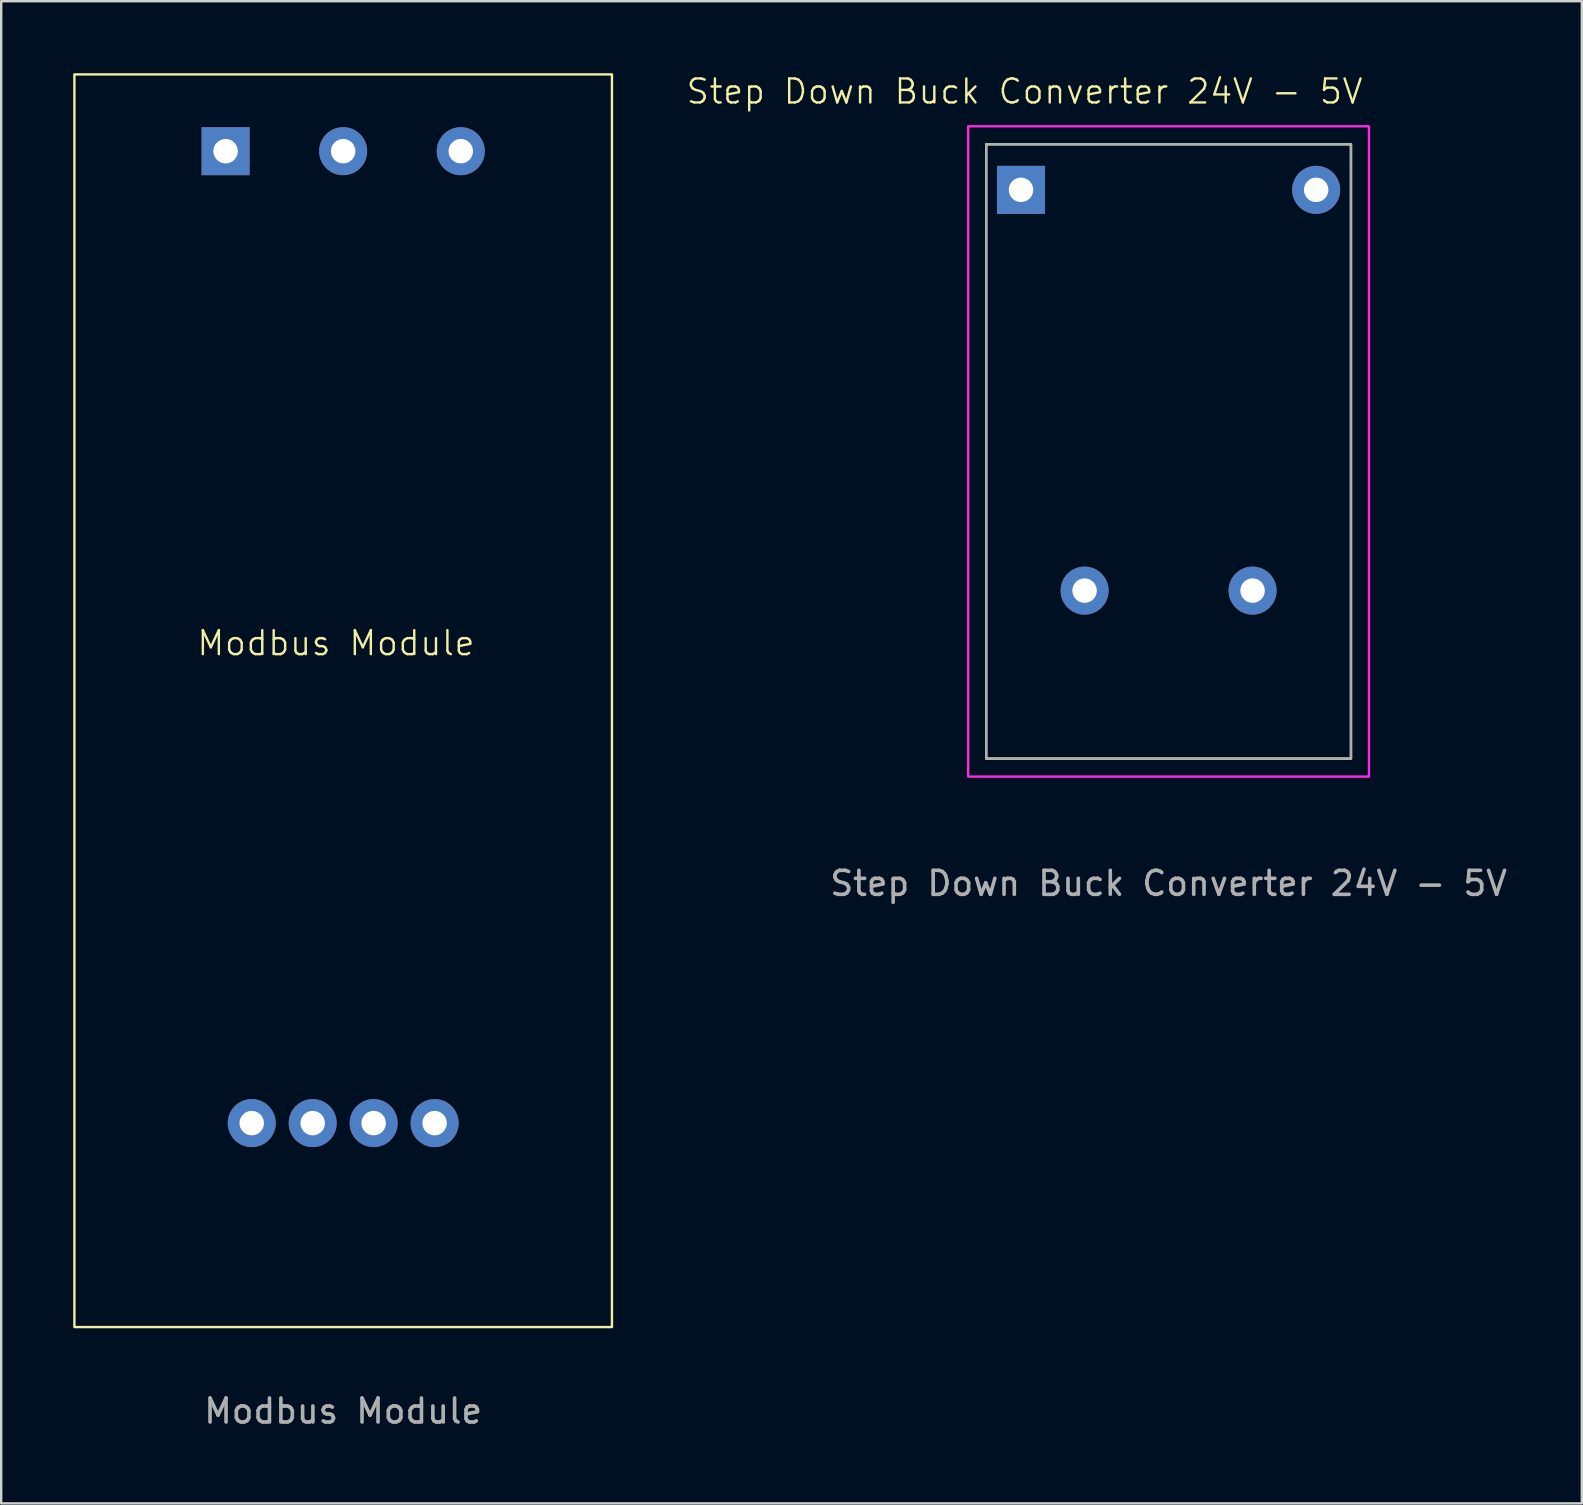
<source format=kicad_pcb>
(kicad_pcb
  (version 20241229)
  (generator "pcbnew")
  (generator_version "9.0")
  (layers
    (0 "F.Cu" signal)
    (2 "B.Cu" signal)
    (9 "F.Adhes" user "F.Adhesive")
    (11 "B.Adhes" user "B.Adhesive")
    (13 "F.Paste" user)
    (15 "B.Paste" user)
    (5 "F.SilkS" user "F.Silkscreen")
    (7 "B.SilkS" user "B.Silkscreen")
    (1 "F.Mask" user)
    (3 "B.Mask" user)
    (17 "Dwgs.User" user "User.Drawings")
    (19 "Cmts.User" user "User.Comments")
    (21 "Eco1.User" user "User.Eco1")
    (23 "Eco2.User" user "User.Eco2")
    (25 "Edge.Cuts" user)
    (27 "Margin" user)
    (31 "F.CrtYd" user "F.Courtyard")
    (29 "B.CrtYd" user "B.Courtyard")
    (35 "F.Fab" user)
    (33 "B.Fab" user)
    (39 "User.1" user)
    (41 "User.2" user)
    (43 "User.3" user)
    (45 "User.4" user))
  (footprint "Step Down Buck Converter 24V - 5V"
    (layer "F.Cu")
    (at 45.645 15.761)
    (property "Reference" "Step Down Buck Converter 24V - 5V" (at -6 -15 0) (unlocked yes) (layer "F.SilkS") (effects (font (size 1 1) (thickness 0.1))))
    (attr through_hole)
    (fp_rect (start -7.6 -12.8) (end 7.6 12.8) (stroke (width 0.1) (type default)) (fill no) (layer "F.SilkS"))
    (fp_rect (start -8.35 -13.55) (end 8.35 13.55) (stroke (width 0.1) (type default)) (fill no) (layer "F.CrtYd"))
    (fp_rect (start -7.6 -12.8) (end 7.6 12.8) (stroke (width 0.1) (type default)) (fill no) (layer "F.Fab"))
    (fp_text user "${REFERENCE}" (at 0 18 0) (unlocked yes) (layer "F.Fab") (effects (font (size 1 1) (thickness 0.15))))
    (pad "1" thru_hole rect (at -6.15 -10.9) (size 2 2) (drill 1.02) (layers "*.Cu" "*.Mask"))
    (pad "2" thru_hole circle (at 6.15 -10.9) (size 2 2) (drill 1.02) (layers "*.Cu" "*.Mask"))
    (pad "3" thru_hole circle (at 3.5 5.8) (size 2 2) (drill 1.02) (layers "*.Cu" "*.Mask"))
    (pad "4" thru_hole circle (at -3.5 5.8) (size 2 2) (drill 1.02) (layers "*.Cu" "*.Mask")))
  (footprint "Modbus Module"
    (layer "F.Cu")
    (at 11.25 26.15)
    (property "Reference" "Modbus Module" (at -0.3 -2.4 0) (unlocked yes) (layer "F.SilkS") (effects (font (size 1 1) (thickness 0.1))))
    (attr through_hole)
    (fp_rect (start -11.2 -26.1) (end 11.2 26.1) (stroke (width 0.1) (type default)) (fill no) (layer "F.SilkS"))
    (fp_text user "${REFERENCE}" (at 0 29.6 0) (unlocked yes) (layer "F.Fab") (effects (font (size 1 1) (thickness 0.15))))
    (pad "1" thru_hole rect (at -4.9 -22.9) (size 2 2) (drill 1.02) (layers "*.Cu" "*.Mask"))
    (pad "2" thru_hole circle (at 0 -22.9) (size 2 2) (drill 1.02) (layers "*.Cu" "*.Mask"))
    (pad "3" thru_hole circle (at 4.9 -22.9) (size 2 2) (drill 1.02) (layers "*.Cu" "*.Mask"))
    (pad "4" thru_hole circle (at 3.81 17.6) (size 2 2) (drill 1.02) (layers "*.Cu" "*.Mask"))
    (pad "5" thru_hole circle (at 1.27 17.6) (size 2 2) (drill 1.02) (layers "*.Cu" "*.Mask"))
    (pad "6" thru_hole circle (at -1.27 17.6) (size 2 2) (drill 1.02) (layers "*.Cu" "*.Mask"))
    (pad "7" thru_hole circle (at -3.81 17.6) (size 2 2) (drill 1.02) (layers "*.Cu" "*.Mask")))
  (gr_rect
    (start -3 -3)
    (end 62.865 59.598)
    (stroke (width 0.1) (type default))
    (fill no)
    (layer "Edge.Cuts")))
</source>
